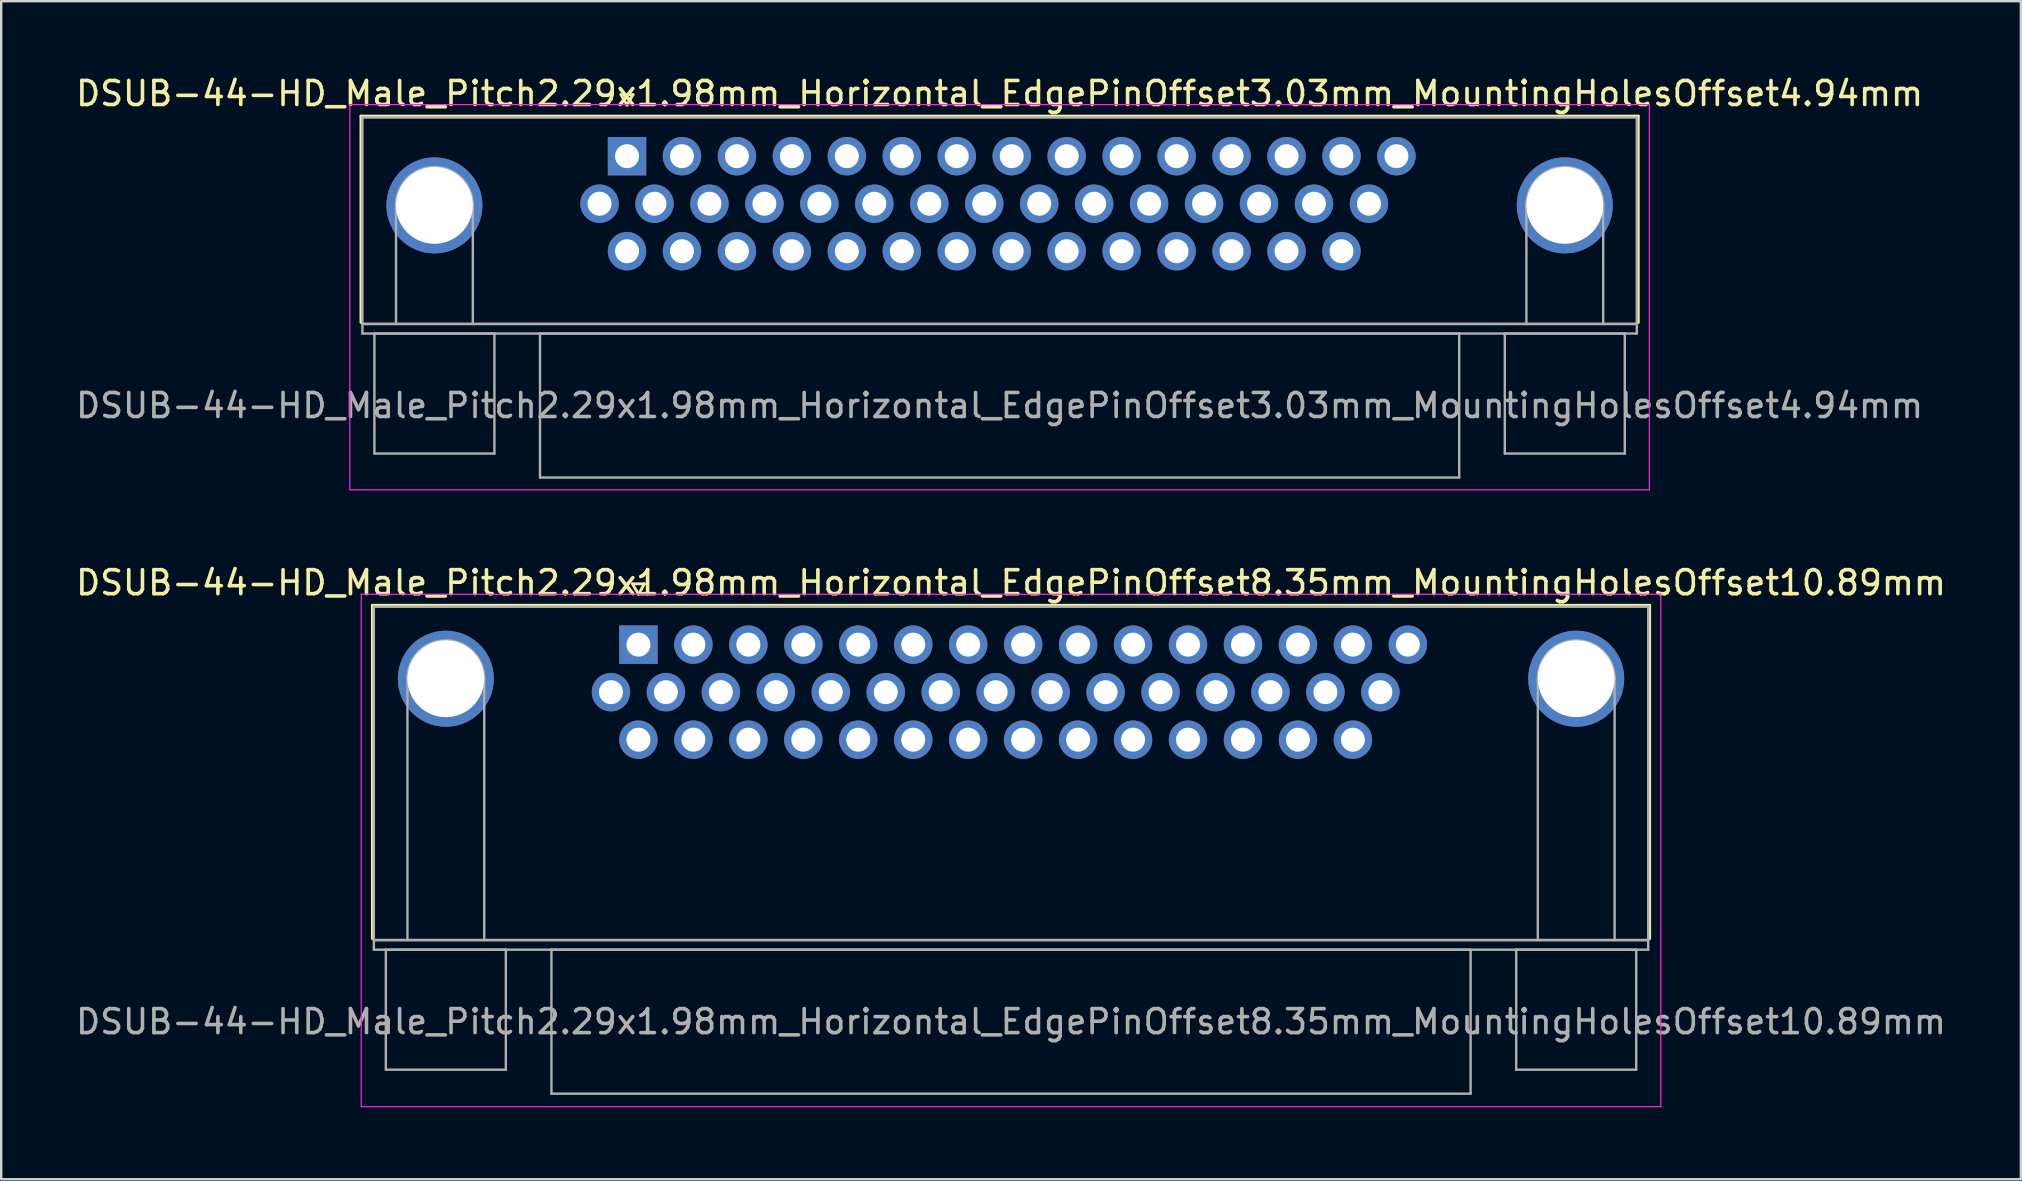
<source format=kicad_pcb>
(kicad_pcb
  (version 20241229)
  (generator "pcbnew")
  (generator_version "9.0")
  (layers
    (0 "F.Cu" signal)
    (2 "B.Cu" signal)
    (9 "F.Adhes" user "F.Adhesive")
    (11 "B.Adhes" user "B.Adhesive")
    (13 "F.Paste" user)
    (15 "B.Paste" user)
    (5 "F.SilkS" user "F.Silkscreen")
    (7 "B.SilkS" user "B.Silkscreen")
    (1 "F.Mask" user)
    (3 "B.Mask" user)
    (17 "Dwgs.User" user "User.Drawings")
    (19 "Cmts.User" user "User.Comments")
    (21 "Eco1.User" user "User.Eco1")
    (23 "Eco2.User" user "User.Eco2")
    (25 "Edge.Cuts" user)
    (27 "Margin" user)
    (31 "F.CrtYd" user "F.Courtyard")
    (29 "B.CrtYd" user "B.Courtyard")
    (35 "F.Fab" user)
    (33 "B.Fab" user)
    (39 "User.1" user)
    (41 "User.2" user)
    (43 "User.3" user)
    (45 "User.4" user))
  (footprint "DSUB-44-HD_Male_Pitch2.29x1.98mm_Horizontal_EdgePinOffset8.35mm_MountingHolesOffset10.89mm"
    (layer "F.Cu")
    (at 23.552 23.811)
    (property "Reference" "DSUB-44-HD_Male_Pitch2.29x1.98mm_Horizontal_EdgePinOffset8.35mm_MountingHolesOffset10.89mm" (at 15.525 -2.58 0) (layer "F.SilkS") (effects (font (size 1 1) (thickness 0.15))))
    (attr through_hole)
    (fp_line (start -11.085 -1.64) (end 42.135 -1.64) (stroke (width 0.12) (type solid)) (layer "F.SilkS"))
    (fp_line (start -11.085 12.25) (end -11.085 -1.64) (stroke (width 0.12) (type solid)) (layer "F.SilkS"))
    (fp_line (start -0.25 -2.534) (end 0.25 -2.534) (stroke (width 0.12) (type solid)) (layer "F.SilkS"))
    (fp_line (start 0 -2.101) (end -0.25 -2.534) (stroke (width 0.12) (type solid)) (layer "F.SilkS"))
    (fp_line (start 0.25 -2.534) (end 0 -2.101) (stroke (width 0.12) (type solid)) (layer "F.SilkS"))
    (fp_line (start 42.135 -1.64) (end 42.135 12.25) (stroke (width 0.12) (type solid)) (layer "F.SilkS"))
    (fp_line (start -11.55 -2.1) (end -11.55 19.25) (stroke (width 0.05) (type solid)) (layer "F.CrtYd"))
    (fp_line (start -11.55 19.25) (end 42.6 19.25) (stroke (width 0.05) (type solid)) (layer "F.CrtYd"))
    (fp_line (start 42.6 -2.1) (end -11.55 -2.1) (stroke (width 0.05) (type solid)) (layer "F.CrtYd"))
    (fp_line (start 42.6 19.25) (end 42.6 -2.1) (stroke (width 0.05) (type solid)) (layer "F.CrtYd"))
    (fp_line (start -11.025 -1.58) (end -11.025 12.31) (stroke (width 0.1) (type solid)) (layer "F.Fab"))
    (fp_line (start -11.025 12.31) (end -11.025 12.71) (stroke (width 0.1) (type solid)) (layer "F.Fab"))
    (fp_line (start -11.025 12.31) (end 42.075 12.31) (stroke (width 0.1) (type solid)) (layer "F.Fab"))
    (fp_line (start -11.025 12.71) (end 42.075 12.71) (stroke (width 0.1) (type solid)) (layer "F.Fab"))
    (fp_line (start -10.525 12.71) (end -10.525 17.71) (stroke (width 0.1) (type solid)) (layer "F.Fab"))
    (fp_line (start -10.525 17.71) (end -5.525 17.71) (stroke (width 0.1) (type solid)) (layer "F.Fab"))
    (fp_line (start -9.625 12.31) (end -9.625 1.42) (stroke (width 0.1) (type solid)) (layer "F.Fab"))
    (fp_line (start -6.425 12.31) (end -6.425 1.42) (stroke (width 0.1) (type solid)) (layer "F.Fab"))
    (fp_line (start -5.525 12.71) (end -10.525 12.71) (stroke (width 0.1) (type solid)) (layer "F.Fab"))
    (fp_line (start -5.525 17.71) (end -5.525 12.71) (stroke (width 0.1) (type solid)) (layer "F.Fab"))
    (fp_line (start -3.625 12.71) (end -3.625 18.71) (stroke (width 0.1) (type solid)) (layer "F.Fab"))
    (fp_line (start -3.625 18.71) (end 34.675 18.71) (stroke (width 0.1) (type solid)) (layer "F.Fab"))
    (fp_line (start 34.675 12.71) (end -3.625 12.71) (stroke (width 0.1) (type solid)) (layer "F.Fab"))
    (fp_line (start 34.675 18.71) (end 34.675 12.71) (stroke (width 0.1) (type solid)) (layer "F.Fab"))
    (fp_line (start 36.575 12.71) (end 36.575 17.71) (stroke (width 0.1) (type solid)) (layer "F.Fab"))
    (fp_line (start 36.575 17.71) (end 41.575 17.71) (stroke (width 0.1) (type solid)) (layer "F.Fab"))
    (fp_line (start 37.475 12.31) (end 37.475 1.42) (stroke (width 0.1) (type solid)) (layer "F.Fab"))
    (fp_line (start 40.675 12.31) (end 40.675 1.42) (stroke (width 0.1) (type solid)) (layer "F.Fab"))
    (fp_line (start 41.575 12.71) (end 36.575 12.71) (stroke (width 0.1) (type solid)) (layer "F.Fab"))
    (fp_line (start 41.575 17.71) (end 41.575 12.71) (stroke (width 0.1) (type solid)) (layer "F.Fab"))
    (fp_line (start 42.075 -1.58) (end -11.025 -1.58) (stroke (width 0.1) (type solid)) (layer "F.Fab"))
    (fp_line (start 42.075 12.31) (end -11.025 12.31) (stroke (width 0.1) (type solid)) (layer "F.Fab"))
    (fp_line (start 42.075 12.31) (end 42.075 -1.58) (stroke (width 0.1) (type solid)) (layer "F.Fab"))
    (fp_line (start 42.075 12.71) (end 42.075 12.31) (stroke (width 0.1) (type solid)) (layer "F.Fab"))
    (fp_arc (start -9.625 1.42) (mid -8.025 -0.18) (end -6.425 1.42) (stroke (width 0.1) (type solid)) (layer "F.Fab"))
    (fp_arc (start 37.475 1.42) (mid 39.075 -0.18) (end 40.675 1.42) (stroke (width 0.1) (type solid)) (layer "F.Fab"))
    (fp_text user "${REFERENCE}" (at 15.525 15.71 0) (layer "F.Fab") (effects (font (size 1 1) (thickness 0.15))))
    (pad "0" thru_hole circle (at -8.025 1.42) (size 4 4) (drill 3.2) (layers "*.Cu" "*.Mask"))
    (pad "0" thru_hole circle (at 39.075 1.42) (size 4 4) (drill 3.2) (layers "*.Cu" "*.Mask"))
    (pad "1" thru_hole rect (at 0 0) (size 1.6 1.6) (drill 1) (layers "*.Cu" "*.Mask"))
    (pad "2" thru_hole circle (at 2.29 0) (size 1.6 1.6) (drill 1) (layers "*.Cu" "*.Mask"))
    (pad "3" thru_hole circle (at 4.58 0) (size 1.6 1.6) (drill 1) (layers "*.Cu" "*.Mask"))
    (pad "4" thru_hole circle (at 6.87 0) (size 1.6 1.6) (drill 1) (layers "*.Cu" "*.Mask"))
    (pad "5" thru_hole circle (at 9.16 0) (size 1.6 1.6) (drill 1) (layers "*.Cu" "*.Mask"))
    (pad "6" thru_hole circle (at 11.45 0) (size 1.6 1.6) (drill 1) (layers "*.Cu" "*.Mask"))
    (pad "7" thru_hole circle (at 13.74 0) (size 1.6 1.6) (drill 1) (layers "*.Cu" "*.Mask"))
    (pad "8" thru_hole circle (at 16.03 0) (size 1.6 1.6) (drill 1) (layers "*.Cu" "*.Mask"))
    (pad "9" thru_hole circle (at 18.32 0) (size 1.6 1.6) (drill 1) (layers "*.Cu" "*.Mask"))
    (pad "10" thru_hole circle (at 20.61 0) (size 1.6 1.6) (drill 1) (layers "*.Cu" "*.Mask"))
    (pad "11" thru_hole circle (at 22.9 0) (size 1.6 1.6) (drill 1) (layers "*.Cu" "*.Mask"))
    (pad "12" thru_hole circle (at 25.19 0) (size 1.6 1.6) (drill 1) (layers "*.Cu" "*.Mask"))
    (pad "13" thru_hole circle (at 27.48 0) (size 1.6 1.6) (drill 1) (layers "*.Cu" "*.Mask"))
    (pad "14" thru_hole circle (at 29.77 0) (size 1.6 1.6) (drill 1) (layers "*.Cu" "*.Mask"))
    (pad "15" thru_hole circle (at 32.06 0) (size 1.6 1.6) (drill 1) (layers "*.Cu" "*.Mask"))
    (pad "16" thru_hole circle (at -1.145 1.98) (size 1.6 1.6) (drill 1) (layers "*.Cu" "*.Mask"))
    (pad "17" thru_hole circle (at 1.145 1.98) (size 1.6 1.6) (drill 1) (layers "*.Cu" "*.Mask"))
    (pad "18" thru_hole circle (at 3.435 1.98) (size 1.6 1.6) (drill 1) (layers "*.Cu" "*.Mask"))
    (pad "19" thru_hole circle (at 5.725 1.98) (size 1.6 1.6) (drill 1) (layers "*.Cu" "*.Mask"))
    (pad "20" thru_hole circle (at 8.015 1.98) (size 1.6 1.6) (drill 1) (layers "*.Cu" "*.Mask"))
    (pad "21" thru_hole circle (at 10.305 1.98) (size 1.6 1.6) (drill 1) (layers "*.Cu" "*.Mask"))
    (pad "22" thru_hole circle (at 12.595 1.98) (size 1.6 1.6) (drill 1) (layers "*.Cu" "*.Mask"))
    (pad "23" thru_hole circle (at 14.885 1.98) (size 1.6 1.6) (drill 1) (layers "*.Cu" "*.Mask"))
    (pad "24" thru_hole circle (at 17.175 1.98) (size 1.6 1.6) (drill 1) (layers "*.Cu" "*.Mask"))
    (pad "25" thru_hole circle (at 19.465 1.98) (size 1.6 1.6) (drill 1) (layers "*.Cu" "*.Mask"))
    (pad "26" thru_hole circle (at 21.755 1.98) (size 1.6 1.6) (drill 1) (layers "*.Cu" "*.Mask"))
    (pad "27" thru_hole circle (at 24.045 1.98) (size 1.6 1.6) (drill 1) (layers "*.Cu" "*.Mask"))
    (pad "28" thru_hole circle (at 26.335 1.98) (size 1.6 1.6) (drill 1) (layers "*.Cu" "*.Mask"))
    (pad "29" thru_hole circle (at 28.625 1.98) (size 1.6 1.6) (drill 1) (layers "*.Cu" "*.Mask"))
    (pad "30" thru_hole circle (at 30.915 1.98) (size 1.6 1.6) (drill 1) (layers "*.Cu" "*.Mask"))
    (pad "31" thru_hole circle (at 0 3.96) (size 1.6 1.6) (drill 1) (layers "*.Cu" "*.Mask"))
    (pad "32" thru_hole circle (at 2.29 3.96) (size 1.6 1.6) (drill 1) (layers "*.Cu" "*.Mask"))
    (pad "33" thru_hole circle (at 4.58 3.96) (size 1.6 1.6) (drill 1) (layers "*.Cu" "*.Mask"))
    (pad "34" thru_hole circle (at 6.87 3.96) (size 1.6 1.6) (drill 1) (layers "*.Cu" "*.Mask"))
    (pad "35" thru_hole circle (at 9.16 3.96) (size 1.6 1.6) (drill 1) (layers "*.Cu" "*.Mask"))
    (pad "36" thru_hole circle (at 11.45 3.96) (size 1.6 1.6) (drill 1) (layers "*.Cu" "*.Mask"))
    (pad "37" thru_hole circle (at 13.74 3.96) (size 1.6 1.6) (drill 1) (layers "*.Cu" "*.Mask"))
    (pad "38" thru_hole circle (at 16.03 3.96) (size 1.6 1.6) (drill 1) (layers "*.Cu" "*.Mask"))
    (pad "39" thru_hole circle (at 18.32 3.96) (size 1.6 1.6) (drill 1) (layers "*.Cu" "*.Mask"))
    (pad "40" thru_hole circle (at 20.61 3.96) (size 1.6 1.6) (drill 1) (layers "*.Cu" "*.Mask"))
    (pad "41" thru_hole circle (at 22.9 3.96) (size 1.6 1.6) (drill 1) (layers "*.Cu" "*.Mask"))
    (pad "42" thru_hole circle (at 25.19 3.96) (size 1.6 1.6) (drill 1) (layers "*.Cu" "*.Mask"))
    (pad "43" thru_hole circle (at 27.48 3.96) (size 1.6 1.6) (drill 1) (layers "*.Cu" "*.Mask"))
    (pad "44" thru_hole circle (at 29.77 3.96) (size 1.6 1.6) (drill 1) (layers "*.Cu" "*.Mask")))
  (footprint "DSUB-44-HD_Male_Pitch2.29x1.98mm_Horizontal_EdgePinOffset3.03mm_MountingHolesOffset4.94mm"
    (layer "F.Cu")
    (at 23.076 3.458)
    (property "Reference" "DSUB-44-HD_Male_Pitch2.29x1.98mm_Horizontal_EdgePinOffset3.03mm_MountingHolesOffset4.94mm" (at 15.525 -2.61 0) (layer "F.SilkS") (effects (font (size 1 1) (thickness 0.15))))
    (attr through_hole)
    (fp_line (start -11.085 -1.67) (end 42.135 -1.67) (stroke (width 0.12) (type solid)) (layer "F.SilkS"))
    (fp_line (start -11.085 6.93) (end -11.085 -1.67) (stroke (width 0.12) (type solid)) (layer "F.SilkS"))
    (fp_line (start -0.25 -2.564) (end 0.25 -2.564) (stroke (width 0.12) (type solid)) (layer "F.SilkS"))
    (fp_line (start 0 -2.131) (end -0.25 -2.564) (stroke (width 0.12) (type solid)) (layer "F.SilkS"))
    (fp_line (start 0.25 -2.564) (end 0 -2.131) (stroke (width 0.12) (type solid)) (layer "F.SilkS"))
    (fp_line (start 42.135 -1.67) (end 42.135 6.93) (stroke (width 0.12) (type solid)) (layer "F.SilkS"))
    (fp_line (start -11.55 -2.15) (end -11.55 13.9) (stroke (width 0.05) (type solid)) (layer "F.CrtYd"))
    (fp_line (start -11.55 13.9) (end 42.6 13.9) (stroke (width 0.05) (type solid)) (layer "F.CrtYd"))
    (fp_line (start 42.6 -2.15) (end -11.55 -2.15) (stroke (width 0.05) (type solid)) (layer "F.CrtYd"))
    (fp_line (start 42.6 13.9) (end 42.6 -2.15) (stroke (width 0.05) (type solid)) (layer "F.CrtYd"))
    (fp_line (start -11.025 -1.61) (end -11.025 6.99) (stroke (width 0.1) (type solid)) (layer "F.Fab"))
    (fp_line (start -11.025 6.99) (end -11.025 7.39) (stroke (width 0.1) (type solid)) (layer "F.Fab"))
    (fp_line (start -11.025 6.99) (end 42.075 6.99) (stroke (width 0.1) (type solid)) (layer "F.Fab"))
    (fp_line (start -11.025 7.39) (end 42.075 7.39) (stroke (width 0.1) (type solid)) (layer "F.Fab"))
    (fp_line (start -10.525 7.39) (end -10.525 12.39) (stroke (width 0.1) (type solid)) (layer "F.Fab"))
    (fp_line (start -10.525 12.39) (end -5.525 12.39) (stroke (width 0.1) (type solid)) (layer "F.Fab"))
    (fp_line (start -9.625 6.99) (end -9.625 2.05) (stroke (width 0.1) (type solid)) (layer "F.Fab"))
    (fp_line (start -6.425 6.99) (end -6.425 2.05) (stroke (width 0.1) (type solid)) (layer "F.Fab"))
    (fp_line (start -5.525 7.39) (end -10.525 7.39) (stroke (width 0.1) (type solid)) (layer "F.Fab"))
    (fp_line (start -5.525 12.39) (end -5.525 7.39) (stroke (width 0.1) (type solid)) (layer "F.Fab"))
    (fp_line (start -3.625 7.39) (end -3.625 13.39) (stroke (width 0.1) (type solid)) (layer "F.Fab"))
    (fp_line (start -3.625 13.39) (end 34.675 13.39) (stroke (width 0.1) (type solid)) (layer "F.Fab"))
    (fp_line (start 34.675 7.39) (end -3.625 7.39) (stroke (width 0.1) (type solid)) (layer "F.Fab"))
    (fp_line (start 34.675 13.39) (end 34.675 7.39) (stroke (width 0.1) (type solid)) (layer "F.Fab"))
    (fp_line (start 36.575 7.39) (end 36.575 12.39) (stroke (width 0.1) (type solid)) (layer "F.Fab"))
    (fp_line (start 36.575 12.39) (end 41.575 12.39) (stroke (width 0.1) (type solid)) (layer "F.Fab"))
    (fp_line (start 37.475 6.99) (end 37.475 2.05) (stroke (width 0.1) (type solid)) (layer "F.Fab"))
    (fp_line (start 40.675 6.99) (end 40.675 2.05) (stroke (width 0.1) (type solid)) (layer "F.Fab"))
    (fp_line (start 41.575 7.39) (end 36.575 7.39) (stroke (width 0.1) (type solid)) (layer "F.Fab"))
    (fp_line (start 41.575 12.39) (end 41.575 7.39) (stroke (width 0.1) (type solid)) (layer "F.Fab"))
    (fp_line (start 42.075 -1.61) (end -11.025 -1.61) (stroke (width 0.1) (type solid)) (layer "F.Fab"))
    (fp_line (start 42.075 6.99) (end -11.025 6.99) (stroke (width 0.1) (type solid)) (layer "F.Fab"))
    (fp_line (start 42.075 6.99) (end 42.075 -1.61) (stroke (width 0.1) (type solid)) (layer "F.Fab"))
    (fp_line (start 42.075 7.39) (end 42.075 6.99) (stroke (width 0.1) (type solid)) (layer "F.Fab"))
    (fp_arc (start -9.625 2.05) (mid -8.025 0.45) (end -6.425 2.05) (stroke (width 0.1) (type solid)) (layer "F.Fab"))
    (fp_arc (start 37.475 2.05) (mid 39.075 0.45) (end 40.675 2.05) (stroke (width 0.1) (type solid)) (layer "F.Fab"))
    (fp_text user "${REFERENCE}" (at 15.525 10.39 0) (layer "F.Fab") (effects (font (size 1 1) (thickness 0.15))))
    (pad "0" thru_hole circle (at -8.025 2.05) (size 4 4) (drill 3.2) (layers "*.Cu" "*.Mask"))
    (pad "0" thru_hole circle (at 39.075 2.05) (size 4 4) (drill 3.2) (layers "*.Cu" "*.Mask"))
    (pad "1" thru_hole rect (at 0 0) (size 1.6 1.6) (drill 1) (layers "*.Cu" "*.Mask"))
    (pad "2" thru_hole circle (at 2.29 0) (size 1.6 1.6) (drill 1) (layers "*.Cu" "*.Mask"))
    (pad "3" thru_hole circle (at 4.58 0) (size 1.6 1.6) (drill 1) (layers "*.Cu" "*.Mask"))
    (pad "4" thru_hole circle (at 6.87 0) (size 1.6 1.6) (drill 1) (layers "*.Cu" "*.Mask"))
    (pad "5" thru_hole circle (at 9.16 0) (size 1.6 1.6) (drill 1) (layers "*.Cu" "*.Mask"))
    (pad "6" thru_hole circle (at 11.45 0) (size 1.6 1.6) (drill 1) (layers "*.Cu" "*.Mask"))
    (pad "7" thru_hole circle (at 13.74 0) (size 1.6 1.6) (drill 1) (layers "*.Cu" "*.Mask"))
    (pad "8" thru_hole circle (at 16.03 0) (size 1.6 1.6) (drill 1) (layers "*.Cu" "*.Mask"))
    (pad "9" thru_hole circle (at 18.32 0) (size 1.6 1.6) (drill 1) (layers "*.Cu" "*.Mask"))
    (pad "10" thru_hole circle (at 20.61 0) (size 1.6 1.6) (drill 1) (layers "*.Cu" "*.Mask"))
    (pad "11" thru_hole circle (at 22.9 0) (size 1.6 1.6) (drill 1) (layers "*.Cu" "*.Mask"))
    (pad "12" thru_hole circle (at 25.19 0) (size 1.6 1.6) (drill 1) (layers "*.Cu" "*.Mask"))
    (pad "13" thru_hole circle (at 27.48 0) (size 1.6 1.6) (drill 1) (layers "*.Cu" "*.Mask"))
    (pad "14" thru_hole circle (at 29.77 0) (size 1.6 1.6) (drill 1) (layers "*.Cu" "*.Mask"))
    (pad "15" thru_hole circle (at 32.06 0) (size 1.6 1.6) (drill 1) (layers "*.Cu" "*.Mask"))
    (pad "16" thru_hole circle (at -1.145 1.98) (size 1.6 1.6) (drill 1) (layers "*.Cu" "*.Mask"))
    (pad "17" thru_hole circle (at 1.145 1.98) (size 1.6 1.6) (drill 1) (layers "*.Cu" "*.Mask"))
    (pad "18" thru_hole circle (at 3.435 1.98) (size 1.6 1.6) (drill 1) (layers "*.Cu" "*.Mask"))
    (pad "19" thru_hole circle (at 5.725 1.98) (size 1.6 1.6) (drill 1) (layers "*.Cu" "*.Mask"))
    (pad "20" thru_hole circle (at 8.015 1.98) (size 1.6 1.6) (drill 1) (layers "*.Cu" "*.Mask"))
    (pad "21" thru_hole circle (at 10.305 1.98) (size 1.6 1.6) (drill 1) (layers "*.Cu" "*.Mask"))
    (pad "22" thru_hole circle (at 12.595 1.98) (size 1.6 1.6) (drill 1) (layers "*.Cu" "*.Mask"))
    (pad "23" thru_hole circle (at 14.885 1.98) (size 1.6 1.6) (drill 1) (layers "*.Cu" "*.Mask"))
    (pad "24" thru_hole circle (at 17.175 1.98) (size 1.6 1.6) (drill 1) (layers "*.Cu" "*.Mask"))
    (pad "25" thru_hole circle (at 19.465 1.98) (size 1.6 1.6) (drill 1) (layers "*.Cu" "*.Mask"))
    (pad "26" thru_hole circle (at 21.755 1.98) (size 1.6 1.6) (drill 1) (layers "*.Cu" "*.Mask"))
    (pad "27" thru_hole circle (at 24.045 1.98) (size 1.6 1.6) (drill 1) (layers "*.Cu" "*.Mask"))
    (pad "28" thru_hole circle (at 26.335 1.98) (size 1.6 1.6) (drill 1) (layers "*.Cu" "*.Mask"))
    (pad "29" thru_hole circle (at 28.625 1.98) (size 1.6 1.6) (drill 1) (layers "*.Cu" "*.Mask"))
    (pad "30" thru_hole circle (at 30.915 1.98) (size 1.6 1.6) (drill 1) (layers "*.Cu" "*.Mask"))
    (pad "31" thru_hole circle (at 0 3.96) (size 1.6 1.6) (drill 1) (layers "*.Cu" "*.Mask"))
    (pad "32" thru_hole circle (at 2.29 3.96) (size 1.6 1.6) (drill 1) (layers "*.Cu" "*.Mask"))
    (pad "33" thru_hole circle (at 4.58 3.96) (size 1.6 1.6) (drill 1) (layers "*.Cu" "*.Mask"))
    (pad "34" thru_hole circle (at 6.87 3.96) (size 1.6 1.6) (drill 1) (layers "*.Cu" "*.Mask"))
    (pad "35" thru_hole circle (at 9.16 3.96) (size 1.6 1.6) (drill 1) (layers "*.Cu" "*.Mask"))
    (pad "36" thru_hole circle (at 11.45 3.96) (size 1.6 1.6) (drill 1) (layers "*.Cu" "*.Mask"))
    (pad "37" thru_hole circle (at 13.74 3.96) (size 1.6 1.6) (drill 1) (layers "*.Cu" "*.Mask"))
    (pad "38" thru_hole circle (at 16.03 3.96) (size 1.6 1.6) (drill 1) (layers "*.Cu" "*.Mask"))
    (pad "39" thru_hole circle (at 18.32 3.96) (size 1.6 1.6) (drill 1) (layers "*.Cu" "*.Mask"))
    (pad "40" thru_hole circle (at 20.61 3.96) (size 1.6 1.6) (drill 1) (layers "*.Cu" "*.Mask"))
    (pad "41" thru_hole circle (at 22.9 3.96) (size 1.6 1.6) (drill 1) (layers "*.Cu" "*.Mask"))
    (pad "42" thru_hole circle (at 25.19 3.96) (size 1.6 1.6) (drill 1) (layers "*.Cu" "*.Mask"))
    (pad "43" thru_hole circle (at 27.48 3.96) (size 1.6 1.6) (drill 1) (layers "*.Cu" "*.Mask"))
    (pad "44" thru_hole circle (at 29.77 3.96) (size 1.6 1.6) (drill 1) (layers "*.Cu" "*.Mask")))
  (gr_rect
    (start -3 -3)
    (end 81.155 46.087)
    (stroke (width 0.1) (type default))
    (fill no)
    (layer "Edge.Cuts")))
</source>
